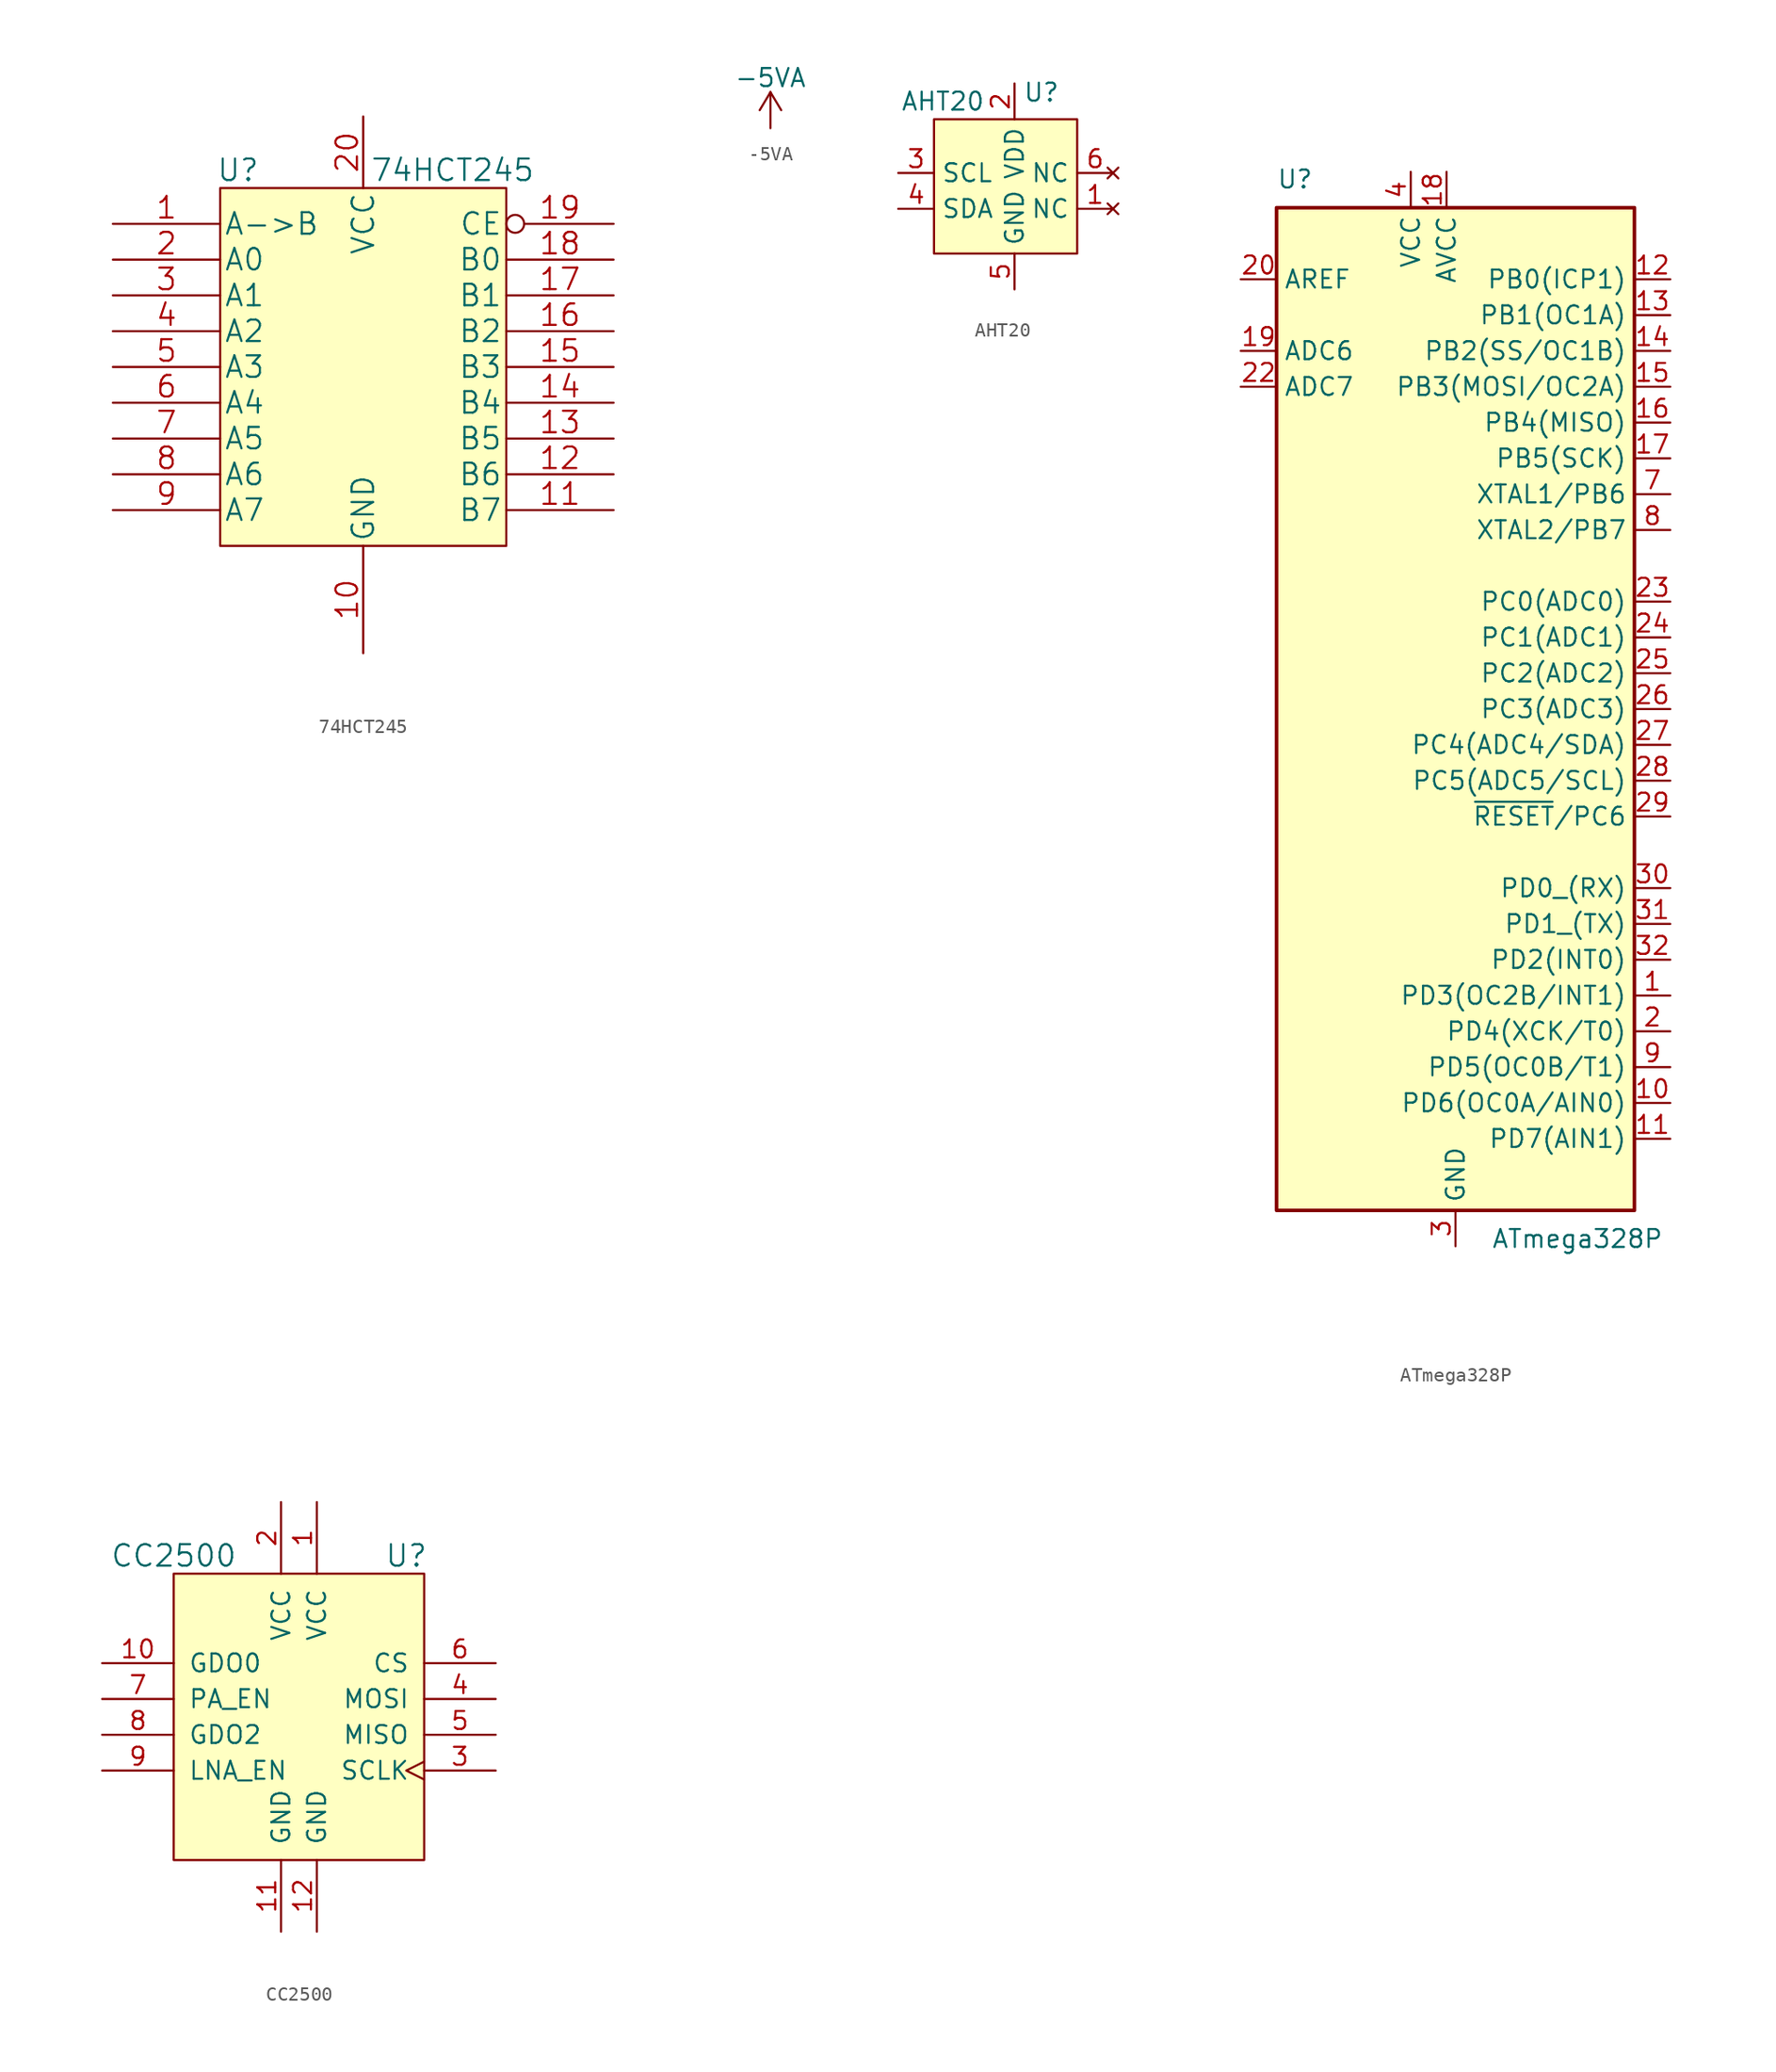
<source format=kicad_sym>
(kicad_symbol_lib
  (version 20211014)
  (generator kicad_symbol_editor)
  (symbol "74HCT245"
    (pin_names
      (offset 0.254))
    (property "Reference" "U"
      (at -8.89 19.05 0)
      (effects (font (size 1.524 1.524))))
    (property "Value" "74HCT245"
      (at 6.35 19.05 0)
      (effects (font (size 1.524 1.524))))
    (property "Datasheet" ""
      (at 0 0 0)
      (effects (font (size 1.524 1.524))))
    (symbol "74HCT245_0_0"
      (pin power_in line (at 0 -15.24 90) (length 7.62) (name "GND" (effects (font (size 1.524 1.524)))) (number "10" (effects (font (size 1.524 1.524)))))
      (pin power_in line (at 0 22.86 270) (length 5.08) (name "VCC" (effects (font (size 1.524 1.524)))) (number "20" (effects (font (size 1.524 1.524))))))
    (symbol "74HCT245_0_1"
      (rectangle (start -10.16 17.78) (end 10.16 -7.62) (stroke (width 0) (type default) (color 0 0 0 0)) (fill (type background))))
    (symbol "74HCT245_1_1"
      (pin input line (at -17.78 15.24 0) (length 7.62) (name "A->B" (effects (font (size 1.524 1.524)))) (number "1" (effects (font (size 1.524 1.524)))))
      (pin tri_state line (at 17.78 -5.08 180) (length 7.62) (name "B7" (effects (font (size 1.524 1.524)))) (number "11" (effects (font (size 1.524 1.524)))))
      (pin tri_state line (at 17.78 -2.54 180) (length 7.62) (name "B6" (effects (font (size 1.524 1.524)))) (number "12" (effects (font (size 1.524 1.524)))))
      (pin tri_state line (at 17.78 0 180) (length 7.62) (name "B5" (effects (font (size 1.524 1.524)))) (number "13" (effects (font (size 1.524 1.524)))))
      (pin tri_state line (at 17.78 2.54 180) (length 7.62) (name "B4" (effects (font (size 1.524 1.524)))) (number "14" (effects (font (size 1.524 1.524)))))
      (pin tri_state line (at 17.78 5.08 180) (length 7.62) (name "B3" (effects (font (size 1.524 1.524)))) (number "15" (effects (font (size 1.524 1.524)))))
      (pin tri_state line (at 17.78 7.62 180) (length 7.62) (name "B2" (effects (font (size 1.524 1.524)))) (number "16" (effects (font (size 1.524 1.524)))))
      (pin tri_state line (at 17.78 10.16 180) (length 7.62) (name "B1" (effects (font (size 1.524 1.524)))) (number "17" (effects (font (size 1.524 1.524)))))
      (pin tri_state line (at 17.78 12.7 180) (length 7.62) (name "B0" (effects (font (size 1.524 1.524)))) (number "18" (effects (font (size 1.524 1.524)))))
      (pin input inverted (at 17.78 15.24 180) (length 7.62) (name "CE" (effects (font (size 1.524 1.524)))) (number "19" (effects (font (size 1.524 1.524)))))
      (pin tri_state line (at -17.78 12.7 0) (length 7.62) (name "A0" (effects (font (size 1.524 1.524)))) (number "2" (effects (font (size 1.524 1.524)))))
      (pin tri_state line (at -17.78 10.16 0) (length 7.62) (name "A1" (effects (font (size 1.524 1.524)))) (number "3" (effects (font (size 1.524 1.524)))))
      (pin tri_state line (at -17.78 7.62 0) (length 7.62) (name "A2" (effects (font (size 1.524 1.524)))) (number "4" (effects (font (size 1.524 1.524)))))
      (pin tri_state line (at -17.78 5.08 0) (length 7.62) (name "A3" (effects (font (size 1.524 1.524)))) (number "5" (effects (font (size 1.524 1.524)))))
      (pin tri_state line (at -17.78 2.54 0) (length 7.62) (name "A4" (effects (font (size 1.524 1.524)))) (number "6" (effects (font (size 1.524 1.524)))))
      (pin tri_state line (at -17.78 0 0) (length 7.62) (name "A5" (effects (font (size 1.524 1.524)))) (number "7" (effects (font (size 1.524 1.524)))))
      (pin tri_state line (at -17.78 -2.54 0) (length 7.62) (name "A6" (effects (font (size 1.524 1.524)))) (number "8" (effects (font (size 1.524 1.524)))))
      (pin tri_state line (at -17.78 -5.08 0) (length 7.62) (name "A7" (effects (font (size 1.524 1.524)))) (number "9" (effects (font (size 1.524 1.524)))))))
  (symbol "-5VA"
    (power)
    (pin_names
      (offset 0))
    (property "Reference" "#PWR"
      (at 0 -3.81 0)
      (effects (font (size 1.27 1.27)) hide))
    (property "Value" "-5VA"
      (at 0 3.556 0)
      (effects (font (size 1.27 1.27))))
    (symbol "-5VA_0_1"
      (polyline (pts (xy -0.762 1.27) (xy 0 2.54)) (stroke (width 0) (type default) (color 0 0 0 0)) (fill (type none)))
      (polyline (pts (xy 0 0) (xy 0 2.54)) (stroke (width 0) (type default) (color 0 0 0 0)) (fill (type none)))
      (polyline (pts (xy 0 2.54) (xy 0.762 1.27)) (stroke (width 0) (type default) (color 0 0 0 0)) (fill (type none))))
    (symbol "-5VA_1_1"
      (pin power_in line (at 0 0 90) (length 0) hide (name "-5VA" (effects (font (size 1.27 1.27)))) (number "1" (effects (font (size 1.27 1.27)))))))
  (symbol "AHT20"
    (property "Reference" "U"
      (at 2.54 6.985 0)
      (effects (font (size 1.27 1.27))))
    (property "Value" "AHT20"
      (at -4.445 6.35 0)
      (effects (font (size 1.27 1.27))))
    (symbol "AHT20_0_1"
      (rectangle (start -5.08 5.08) (end 5.08 -4.445) (stroke (width 0.152) (type default) (color 0 0 0 0)) (fill (type background))))
    (symbol "AHT20_1_1"
      (pin no_connect line (at 7.62 -1.27 180) (length 2.54) (name "NC" (effects (font (size 1.27 1.27)))) (number "1" (effects (font (size 1.27 1.27)))))
      (pin power_in line (at 0.635 7.62 270) (length 2.54) (name "VDD" (effects (font (size 1.27 1.27)))) (number "2" (effects (font (size 1.27 1.27)))))
      (pin input line (at -7.62 1.27 0) (length 2.54) (name "SCL" (effects (font (size 1.27 1.27)))) (number "3" (effects (font (size 1.27 1.27)))))
      (pin bidirectional line (at -7.62 -1.27 0) (length 2.54) (name "SDA" (effects (font (size 1.27 1.27)))) (number "4" (effects (font (size 1.27 1.27)))))
      (pin power_in line (at 0.635 -6.985 90) (length 2.54) (name "GND" (effects (font (size 1.27 1.27)))) (number "5" (effects (font (size 1.27 1.27)))))
      (pin no_connect line (at 7.62 1.27 180) (length 2.54) (name "NC" (effects (font (size 1.27 1.27)))) (number "6" (effects (font (size 1.27 1.27)))))))
  (symbol "ATmega328P"
    (property "Reference" "U"
      (at -12.7 36.83 0)
      (effects (font (size 1.27 1.27)) (justify left bottom)))
    (property "Value" "ATmega328P"
      (at 2.54 -36.83 0)
      (effects (font (size 1.27 1.27)) (justify left top)))
    (symbol "ATmega328P_0_1"
      (rectangle (start -12.7 -35.56) (end 12.7 35.56) (stroke (width 0.254) (type default) (color 0 0 0 0)) (fill (type background))))
    (symbol "ATmega328P_1_1"
      (pin bidirectional line (at 15.24 -20.32 180) (length 2.54) (name "PD3(OC2B/INT1)" (effects (font (size 1.27 1.27)))) (number "1" (effects (font (size 1.27 1.27)))))
      (pin bidirectional line (at 15.24 -27.94 180) (length 2.54) (name "PD6(OC0A/AIN0)" (effects (font (size 1.27 1.27)))) (number "10" (effects (font (size 1.27 1.27)))))
      (pin bidirectional line (at 15.24 -30.48 180) (length 2.54) (name "PD7(AIN1)" (effects (font (size 1.27 1.27)))) (number "11" (effects (font (size 1.27 1.27)))))
      (pin bidirectional line (at 15.24 30.48 180) (length 2.54) (name "PB0(ICP1)" (effects (font (size 1.27 1.27)))) (number "12" (effects (font (size 1.27 1.27)))))
      (pin bidirectional line (at 15.24 27.94 180) (length 2.54) (name "PB1(OC1A)" (effects (font (size 1.27 1.27)))) (number "13" (effects (font (size 1.27 1.27)))))
      (pin bidirectional line (at 15.24 25.4 180) (length 2.54) (name "PB2(SS/OC1B)" (effects (font (size 1.27 1.27)))) (number "14" (effects (font (size 1.27 1.27)))))
      (pin bidirectional line (at 15.24 22.86 180) (length 2.54) (name "PB3(MOSI/OC2A)" (effects (font (size 1.27 1.27)))) (number "15" (effects (font (size 1.27 1.27)))))
      (pin bidirectional line (at 15.24 20.32 180) (length 2.54) (name "PB4(MISO)" (effects (font (size 1.27 1.27)))) (number "16" (effects (font (size 1.27 1.27)))))
      (pin bidirectional line (at 15.24 17.78 180) (length 2.54) (name "PB5(SCK)" (effects (font (size 1.27 1.27)))) (number "17" (effects (font (size 1.27 1.27)))))
      (pin power_in line (at -0.635 38.1 270) (length 2.54) (name "AVCC" (effects (font (size 1.27 1.27)))) (number "18" (effects (font (size 1.27 1.27)))))
      (pin input line (at -15.24 25.4 0) (length 2.54) (name "ADC6" (effects (font (size 1.27 1.27)))) (number "19" (effects (font (size 1.27 1.27)))))
      (pin bidirectional line (at 15.24 -22.86 180) (length 2.54) (name "PD4(XCK/T0)" (effects (font (size 1.27 1.27)))) (number "2" (effects (font (size 1.27 1.27)))))
      (pin passive line (at -15.24 30.48 0) (length 2.54) (name "AREF" (effects (font (size 1.27 1.27)))) (number "20" (effects (font (size 1.27 1.27)))))
      (pin passive line (at 0 -38.1 90) (length 2.54) hide (name "GND" (effects (font (size 1.27 1.27)))) (number "21" (effects (font (size 1.27 1.27)))))
      (pin input line (at -15.24 22.86 0) (length 2.54) (name "ADC7" (effects (font (size 1.27 1.27)))) (number "22" (effects (font (size 1.27 1.27)))))
      (pin bidirectional line (at 15.24 7.62 180) (length 2.54) (name "PC0(ADC0)" (effects (font (size 1.27 1.27)))) (number "23" (effects (font (size 1.27 1.27)))))
      (pin bidirectional line (at 15.24 5.08 180) (length 2.54) (name "PC1(ADC1)" (effects (font (size 1.27 1.27)))) (number "24" (effects (font (size 1.27 1.27)))))
      (pin bidirectional line (at 15.24 2.54 180) (length 2.54) (name "PC2(ADC2)" (effects (font (size 1.27 1.27)))) (number "25" (effects (font (size 1.27 1.27)))))
      (pin bidirectional line (at 15.24 0 180) (length 2.54) (name "PC3(ADC3)" (effects (font (size 1.27 1.27)))) (number "26" (effects (font (size 1.27 1.27)))))
      (pin bidirectional line (at 15.24 -2.54 180) (length 2.54) (name "PC4(ADC4/SDA)" (effects (font (size 1.27 1.27)))) (number "27" (effects (font (size 1.27 1.27)))))
      (pin bidirectional line (at 15.24 -5.08 180) (length 2.54) (name "PC5(ADC5/SCL)" (effects (font (size 1.27 1.27)))) (number "28" (effects (font (size 1.27 1.27)))))
      (pin bidirectional line (at 15.24 -7.62 180) (length 2.54) (name "~{RESET}/PC6" (effects (font (size 1.27 1.27)))) (number "29" (effects (font (size 1.27 1.27)))))
      (pin power_in line (at 0 -38.1 90) (length 2.54) (name "GND" (effects (font (size 1.27 1.27)))) (number "3" (effects (font (size 1.27 1.27)))))
      (pin bidirectional line (at 15.24 -12.7 180) (length 2.54) (name "PD0_(RX)" (effects (font (size 1.27 1.27)))) (number "30" (effects (font (size 1.27 1.27)))))
      (pin bidirectional line (at 15.24 -15.24 180) (length 2.54) (name "PD1_(TX)" (effects (font (size 1.27 1.27)))) (number "31" (effects (font (size 1.27 1.27)))))
      (pin bidirectional line (at 15.24 -17.78 180) (length 2.54) (name "PD2(INT0)" (effects (font (size 1.27 1.27)))) (number "32" (effects (font (size 1.27 1.27)))))
      (pin power_in line (at -3.175 38.1 270) (length 2.54) (name "VCC" (effects (font (size 1.27 1.27)))) (number "4" (effects (font (size 1.27 1.27)))))
      (pin passive line (at 0 -38.1 90) (length 2.54) hide (name "GND" (effects (font (size 1.27 1.27)))) (number "5" (effects (font (size 1.27 1.27)))))
      (pin passive line (at -3.175 38.1 270) (length 2.54) hide (name "VCC" (effects (font (size 1.27 1.27)))) (number "6" (effects (font (size 1.27 1.27)))))
      (pin bidirectional line (at 15.24 15.24 180) (length 2.54) (name "XTAL1/PB6" (effects (font (size 1.27 1.27)))) (number "7" (effects (font (size 1.27 1.27)))))
      (pin bidirectional line (at 15.24 12.7 180) (length 2.54) (name "XTAL2/PB7" (effects (font (size 1.27 1.27)))) (number "8" (effects (font (size 1.27 1.27)))))
      (pin bidirectional line (at 15.24 -25.4 180) (length 2.54) (name "PD5(OC0B/T1)" (effects (font (size 1.27 1.27)))) (number "9" (effects (font (size 1.27 1.27)))))))
  (symbol "CC2500"
    (pin_names
      (offset 1.016))
    (property "Reference" "U"
      (at 7.62 11.43 0)
      (effects (font (size 1.524 1.524))))
    (property "Value" "CC2500"
      (at -8.89 11.43 0)
      (effects (font (size 1.524 1.524))))
    (symbol "CC2500_0_1"
      (rectangle (start 8.89 10.16) (end -8.89 -10.16) (stroke (width 0) (type default) (color 0 0 0 0)) (fill (type background))))
    (symbol "CC2500_1_1"
      (pin power_in line (at 1.27 15.24 270) (length 5.08) (name "VCC" (effects (font (size 1.27 1.27)))) (number "1" (effects (font (size 1.27 1.27)))))
      (pin output line (at -13.97 3.81 0) (length 5.08) (name "GDO0" (effects (font (size 1.27 1.27)))) (number "10" (effects (font (size 1.27 1.27)))))
      (pin power_in line (at -1.27 -15.24 90) (length 5.08) (name "GND" (effects (font (size 1.27 1.27)))) (number "11" (effects (font (size 1.27 1.27)))))
      (pin power_in line (at 1.27 -15.24 90) (length 5.08) (name "GND" (effects (font (size 1.27 1.27)))) (number "12" (effects (font (size 1.27 1.27)))))
      (pin power_in line (at -1.27 15.24 270) (length 5.08) (name "VCC" (effects (font (size 1.27 1.27)))) (number "2" (effects (font (size 1.27 1.27)))))
      (pin input clock (at 13.97 -3.81 180) (length 5.08) (name "SCLK" (effects (font (size 1.27 1.27)))) (number "3" (effects (font (size 1.27 1.27)))))
      (pin input line (at 13.97 1.27 180) (length 5.08) (name "MOSI" (effects (font (size 1.27 1.27)))) (number "4" (effects (font (size 1.27 1.27)))))
      (pin tri_state line (at 13.97 -1.27 180) (length 5.08) (name "MISO" (effects (font (size 1.27 1.27)))) (number "5" (effects (font (size 1.27 1.27)))))
      (pin input line (at 13.97 3.81 180) (length 5.08) (name "CS" (effects (font (size 1.27 1.27)))) (number "6" (effects (font (size 1.27 1.27)))))
      (pin input line (at -13.97 1.27 0) (length 5.08) (name "PA_EN" (effects (font (size 1.27 1.27)))) (number "7" (effects (font (size 1.27 1.27)))))
      (pin output line (at -13.97 -1.27 0) (length 5.08) (name "GDO2" (effects (font (size 1.27 1.27)))) (number "8" (effects (font (size 1.27 1.27)))))
      (pin input line (at -13.97 -3.81 0) (length 5.08) (name "LNA_EN" (effects (font (size 1.27 1.27)))) (number "9" (effects (font (size 1.27 1.27))))))))
</source>
